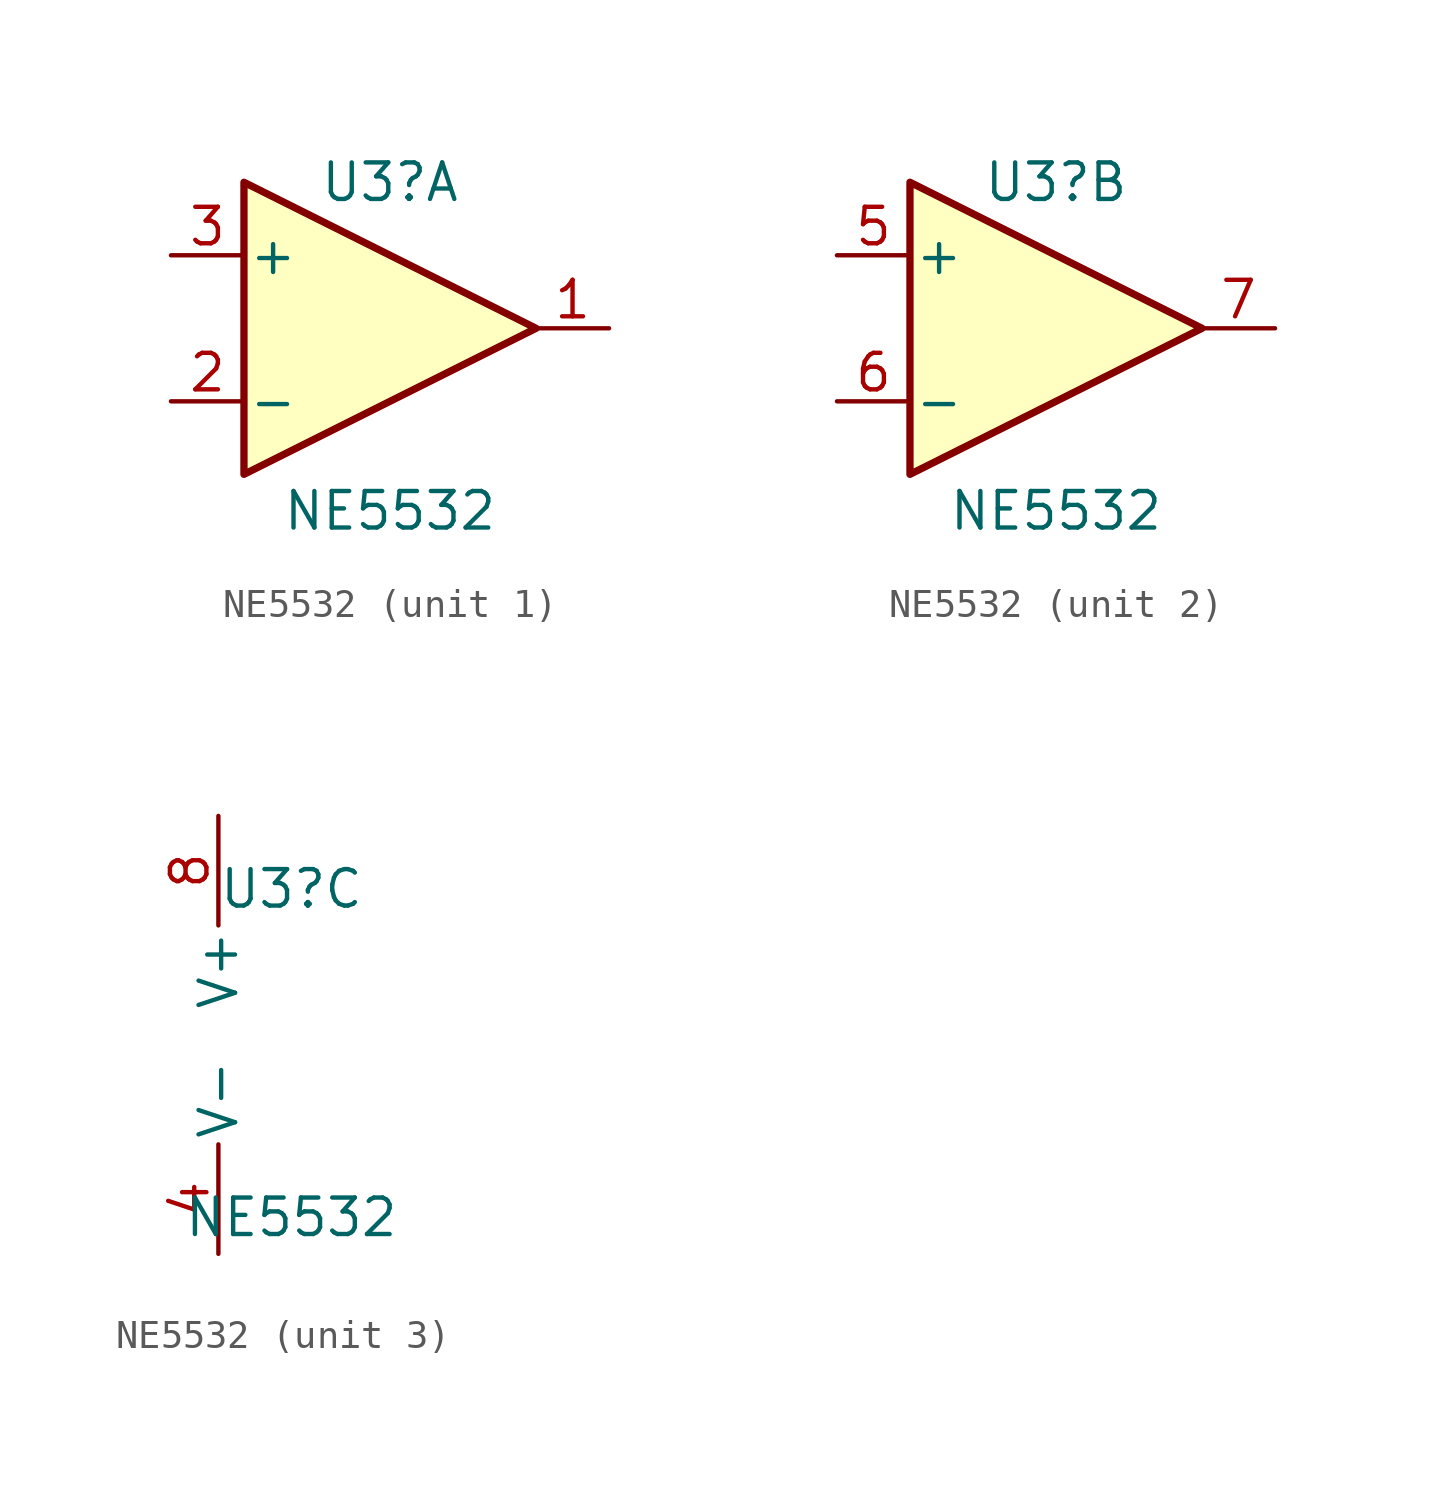
<source format=kicad_sym>
(kicad_symbol_lib
  (version 20220914)
  (generator kicad_symbol_editor)
  (symbol "NE5532"
    (pin_names
      (offset 0.127))
    (property "Reference" "U3"
      (at 0 5.08 0)
      (effects (font (size 1.27 1.27))))
    (property "Value" "NE5532"
      (at 0 -6.35 0)
      (effects (font (size 1.27 1.27))))
    (property "ki_locked" ""
      (at 0 0 0)
      (effects (font (size 1.27 1.27))))
    (symbol "NE5532_1_1"
      (polyline (pts (xy -5.08 5.08) (xy 5.08 0) (xy -5.08 -5.08) (xy -5.08 5.08)) (stroke (width 0.254) (type default)) (fill (type background)))
      (pin output line (at 7.62 0 180) (length 2.54) (name "~" (effects (font (size 1.27 1.27)))) (number "1" (effects (font (size 1.27 1.27)))))
      (pin input line (at -7.62 -2.54 0) (length 2.54) (name "-" (effects (font (size 1.27 1.27)))) (number "2" (effects (font (size 1.27 1.27)))))
      (pin input line (at -7.62 2.54 0) (length 2.54) (name "+" (effects (font (size 1.27 1.27)))) (number "3" (effects (font (size 1.27 1.27))))))
    (symbol "NE5532_2_1"
      (polyline (pts (xy -5.08 5.08) (xy 5.08 0) (xy -5.08 -5.08) (xy -5.08 5.08)) (stroke (width 0.254) (type default)) (fill (type background)))
      (pin input line (at -7.62 2.54 0) (length 2.54) (name "+" (effects (font (size 1.27 1.27)))) (number "5" (effects (font (size 1.27 1.27)))))
      (pin input line (at -7.62 -2.54 0) (length 2.54) (name "-" (effects (font (size 1.27 1.27)))) (number "6" (effects (font (size 1.27 1.27)))))
      (pin output line (at 7.62 0 180) (length 2.54) (name "~" (effects (font (size 1.27 1.27)))) (number "7" (effects (font (size 1.27 1.27))))))
    (symbol "NE5532_3_1"
      (pin power_in line (at -2.54 -7.62 90) (length 3.81) (name "V-" (effects (font (size 1.27 1.27)))) (number "4" (effects (font (size 1.27 1.27)))))
      (pin power_in line (at -2.54 7.62 270) (length 3.81) (name "V+" (effects (font (size 1.27 1.27)))) (number "8" (effects (font (size 1.27 1.27))))))))
</source>
